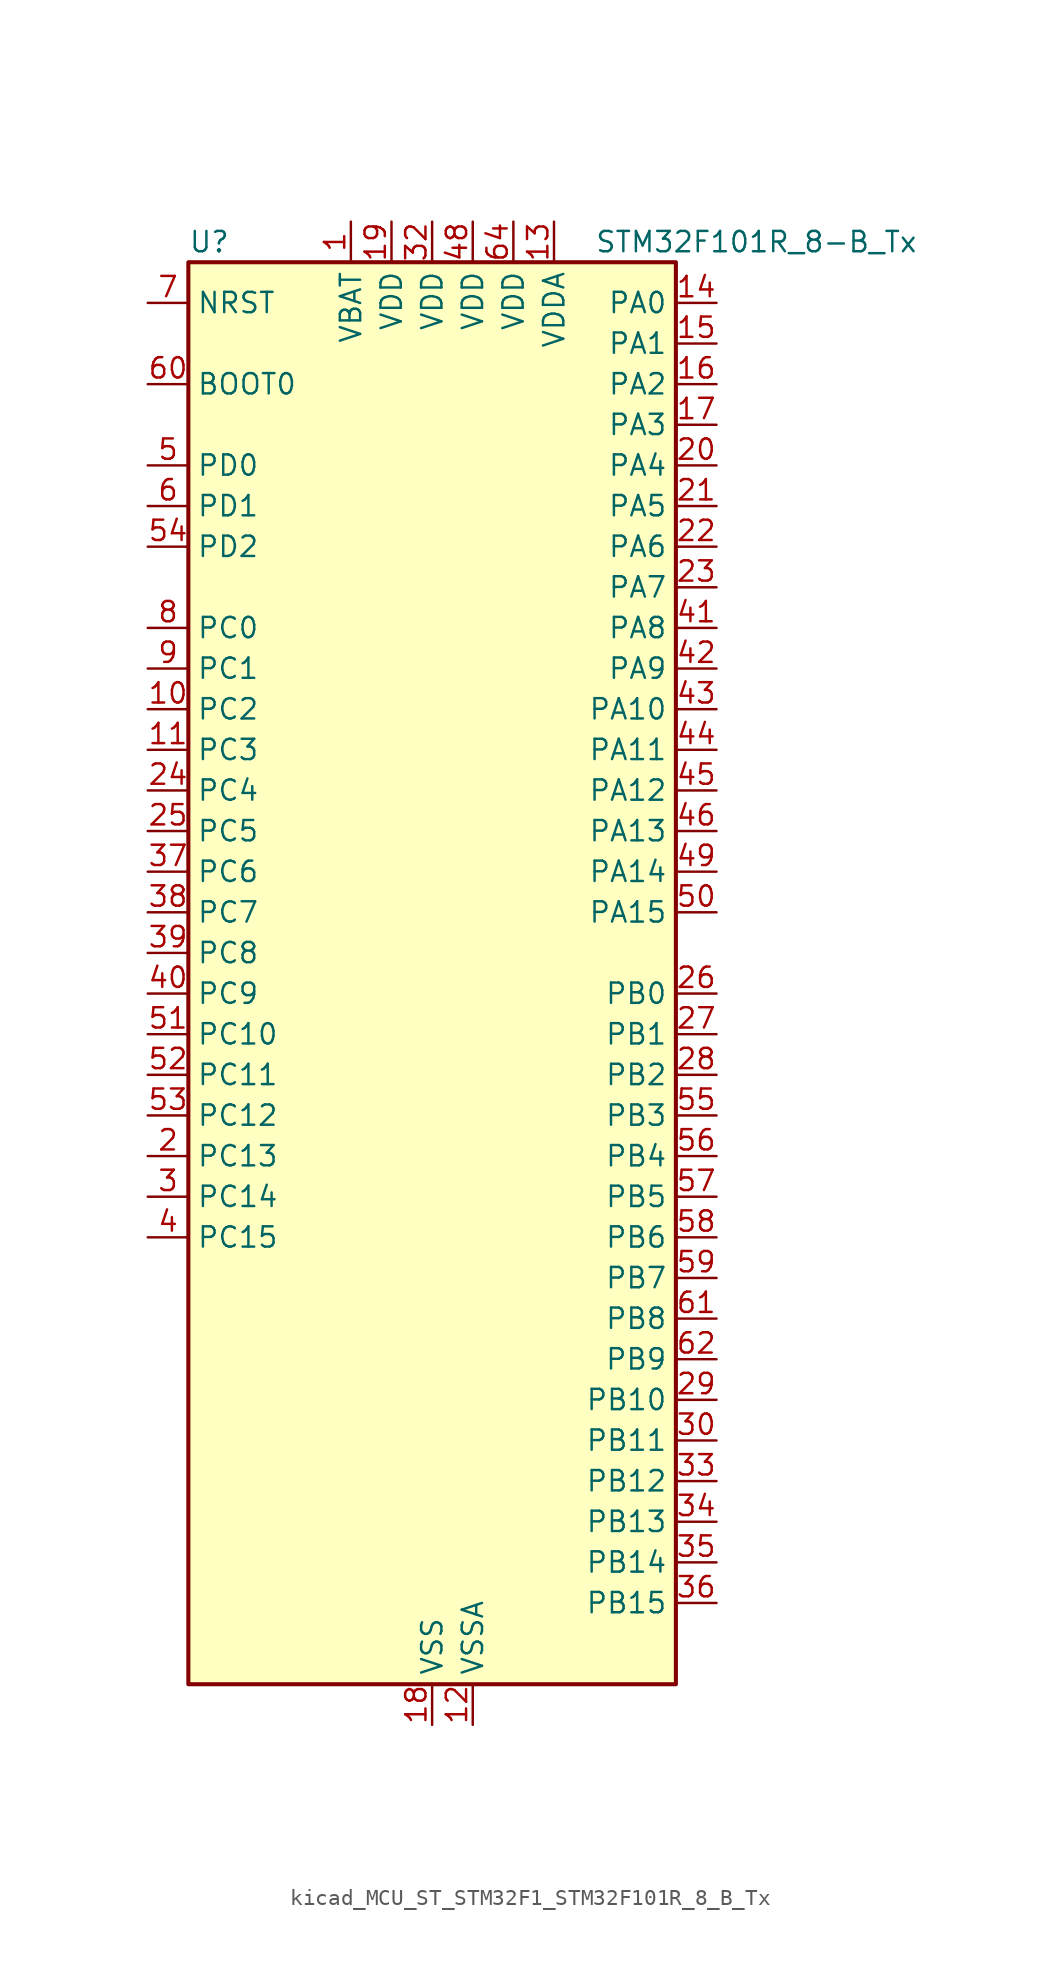
<source format=kicad_sym>
(kicad_symbol_lib
  (version 20220914)
  (generator kicad_symbol_editor)
  (symbol "kicad_MCU_ST_STM32F1_STM32F101R_8_B_Tx"
    (property "Reference" "U"
      (at -15.24 46.99 0)
      (effects (font (size 1.27 1.27)) (justify left)))
    (property "Value" "STM32F101R_8-B_Tx"
      (at 10.16 46.99 0)
      (effects (font (size 1.27 1.27)) (justify left)))
    (property "ki_locked" ""
      (at 0 0 0)
      (effects (font (size 1.27 1.27))))
    (symbol "kicad_MCU_ST_STM32F1_STM32F101R_8_B_Tx_0_1"
      (rectangle (start -15.24 -43.18) (end 15.24 45.72) (stroke (width 0.254) (type default)) (fill (type background))))
    (symbol "kicad_MCU_ST_STM32F1_STM32F101R_8_B_Tx_1_1"
      (pin power_in line (at -5.08 48.26 270) (length 2.54) (name "VBAT" (effects (font (size 1.27 1.27)))) (number "1" (effects (font (size 1.27 1.27)))))
      (pin bidirectional line (at -17.78 17.78 0) (length 2.54) (name "PC2" (effects (font (size 1.27 1.27)))) (number "10" (effects (font (size 1.27 1.27)))) (alternate "ADC1_IN12" bidirectional line))
      (pin bidirectional line (at -17.78 15.24 0) (length 2.54) (name "PC3" (effects (font (size 1.27 1.27)))) (number "11" (effects (font (size 1.27 1.27)))) (alternate "ADC1_IN13" bidirectional line))
      (pin power_in line (at 2.54 -45.72 90) (length 2.54) (name "VSSA" (effects (font (size 1.27 1.27)))) (number "12" (effects (font (size 1.27 1.27)))))
      (pin power_in line (at 7.62 48.26 270) (length 2.54) (name "VDDA" (effects (font (size 1.27 1.27)))) (number "13" (effects (font (size 1.27 1.27)))))
      (pin bidirectional line (at 17.78 43.18 180) (length 2.54) (name "PA0" (effects (font (size 1.27 1.27)))) (number "14" (effects (font (size 1.27 1.27)))) (alternate "ADC1_IN0" bidirectional line) (alternate "SYS_WKUP" bidirectional line) (alternate "TIM2_CH1" bidirectional line) (alternate "TIM2_ETR" bidirectional line) (alternate "USART2_CTS" bidirectional line))
      (pin bidirectional line (at 17.78 40.64 180) (length 2.54) (name "PA1" (effects (font (size 1.27 1.27)))) (number "15" (effects (font (size 1.27 1.27)))) (alternate "ADC1_IN1" bidirectional line) (alternate "TIM2_CH2" bidirectional line) (alternate "USART2_RTS" bidirectional line))
      (pin bidirectional line (at 17.78 38.1 180) (length 2.54) (name "PA2" (effects (font (size 1.27 1.27)))) (number "16" (effects (font (size 1.27 1.27)))) (alternate "ADC1_IN2" bidirectional line) (alternate "TIM2_CH3" bidirectional line) (alternate "USART2_TX" bidirectional line))
      (pin bidirectional line (at 17.78 35.56 180) (length 2.54) (name "PA3" (effects (font (size 1.27 1.27)))) (number "17" (effects (font (size 1.27 1.27)))) (alternate "ADC1_IN3" bidirectional line) (alternate "TIM2_CH4" bidirectional line) (alternate "USART2_RX" bidirectional line))
      (pin power_in line (at 0 -45.72 90) (length 2.54) (name "VSS" (effects (font (size 1.27 1.27)))) (number "18" (effects (font (size 1.27 1.27)))))
      (pin power_in line (at -2.54 48.26 270) (length 2.54) (name "VDD" (effects (font (size 1.27 1.27)))) (number "19" (effects (font (size 1.27 1.27)))))
      (pin bidirectional line (at -17.78 -10.16 0) (length 2.54) (name "PC13" (effects (font (size 1.27 1.27)))) (number "2" (effects (font (size 1.27 1.27)))) (alternate "RTC_OUT" bidirectional line) (alternate "RTC_TAMPER" bidirectional line))
      (pin bidirectional line (at 17.78 33.02 180) (length 2.54) (name "PA4" (effects (font (size 1.27 1.27)))) (number "20" (effects (font (size 1.27 1.27)))) (alternate "ADC1_IN4" bidirectional line) (alternate "SPI1_NSS" bidirectional line) (alternate "USART2_CK" bidirectional line))
      (pin bidirectional line (at 17.78 30.48 180) (length 2.54) (name "PA5" (effects (font (size 1.27 1.27)))) (number "21" (effects (font (size 1.27 1.27)))) (alternate "ADC1_IN5" bidirectional line) (alternate "SPI1_SCK" bidirectional line))
      (pin bidirectional line (at 17.78 27.94 180) (length 2.54) (name "PA6" (effects (font (size 1.27 1.27)))) (number "22" (effects (font (size 1.27 1.27)))) (alternate "ADC1_IN6" bidirectional line) (alternate "SPI1_MISO" bidirectional line) (alternate "TIM3_CH1" bidirectional line))
      (pin bidirectional line (at 17.78 25.4 180) (length 2.54) (name "PA7" (effects (font (size 1.27 1.27)))) (number "23" (effects (font (size 1.27 1.27)))) (alternate "ADC1_IN7" bidirectional line) (alternate "SPI1_MOSI" bidirectional line) (alternate "TIM3_CH2" bidirectional line))
      (pin bidirectional line (at -17.78 12.7 0) (length 2.54) (name "PC4" (effects (font (size 1.27 1.27)))) (number "24" (effects (font (size 1.27 1.27)))) (alternate "ADC1_IN14" bidirectional line))
      (pin bidirectional line (at -17.78 10.16 0) (length 2.54) (name "PC5" (effects (font (size 1.27 1.27)))) (number "25" (effects (font (size 1.27 1.27)))) (alternate "ADC1_IN15" bidirectional line))
      (pin bidirectional line (at 17.78 0 180) (length 2.54) (name "PB0" (effects (font (size 1.27 1.27)))) (number "26" (effects (font (size 1.27 1.27)))) (alternate "ADC1_IN8" bidirectional line) (alternate "TIM3_CH3" bidirectional line))
      (pin bidirectional line (at 17.78 -2.54 180) (length 2.54) (name "PB1" (effects (font (size 1.27 1.27)))) (number "27" (effects (font (size 1.27 1.27)))) (alternate "ADC1_IN9" bidirectional line) (alternate "TIM3_CH4" bidirectional line))
      (pin bidirectional line (at 17.78 -5.08 180) (length 2.54) (name "PB2" (effects (font (size 1.27 1.27)))) (number "28" (effects (font (size 1.27 1.27)))))
      (pin bidirectional line (at 17.78 -25.4 180) (length 2.54) (name "PB10" (effects (font (size 1.27 1.27)))) (number "29" (effects (font (size 1.27 1.27)))) (alternate "I2C2_SCL" bidirectional line) (alternate "TIM2_CH3" bidirectional line) (alternate "USART3_TX" bidirectional line))
      (pin bidirectional line (at -17.78 -12.7 0) (length 2.54) (name "PC14" (effects (font (size 1.27 1.27)))) (number "3" (effects (font (size 1.27 1.27)))) (alternate "RCC_OSC32_IN" bidirectional line))
      (pin bidirectional line (at 17.78 -27.94 180) (length 2.54) (name "PB11" (effects (font (size 1.27 1.27)))) (number "30" (effects (font (size 1.27 1.27)))) (alternate "ADC1_EXTI11" bidirectional line) (alternate "I2C2_SDA" bidirectional line) (alternate "TIM2_CH4" bidirectional line) (alternate "USART3_RX" bidirectional line))
      (pin passive line (at 0 -45.72 90) (length 2.54) hide (name "VSS" (effects (font (size 1.27 1.27)))) (number "31" (effects (font (size 1.27 1.27)))))
      (pin power_in line (at 0 48.26 270) (length 2.54) (name "VDD" (effects (font (size 1.27 1.27)))) (number "32" (effects (font (size 1.27 1.27)))))
      (pin bidirectional line (at 17.78 -30.48 180) (length 2.54) (name "PB12" (effects (font (size 1.27 1.27)))) (number "33" (effects (font (size 1.27 1.27)))) (alternate "I2C2_SMBA" bidirectional line) (alternate "SPI2_NSS" bidirectional line) (alternate "USART3_CK" bidirectional line))
      (pin bidirectional line (at 17.78 -33.02 180) (length 2.54) (name "PB13" (effects (font (size 1.27 1.27)))) (number "34" (effects (font (size 1.27 1.27)))) (alternate "SPI2_SCK" bidirectional line) (alternate "USART3_CTS" bidirectional line))
      (pin bidirectional line (at 17.78 -35.56 180) (length 2.54) (name "PB14" (effects (font (size 1.27 1.27)))) (number "35" (effects (font (size 1.27 1.27)))) (alternate "SPI2_MISO" bidirectional line) (alternate "USART3_RTS" bidirectional line))
      (pin bidirectional line (at 17.78 -38.1 180) (length 2.54) (name "PB15" (effects (font (size 1.27 1.27)))) (number "36" (effects (font (size 1.27 1.27)))) (alternate "ADC1_EXTI15" bidirectional line) (alternate "SPI2_MOSI" bidirectional line))
      (pin bidirectional line (at -17.78 7.62 0) (length 2.54) (name "PC6" (effects (font (size 1.27 1.27)))) (number "37" (effects (font (size 1.27 1.27)))) (alternate "TIM3_CH1" bidirectional line))
      (pin bidirectional line (at -17.78 5.08 0) (length 2.54) (name "PC7" (effects (font (size 1.27 1.27)))) (number "38" (effects (font (size 1.27 1.27)))) (alternate "TIM3_CH2" bidirectional line))
      (pin bidirectional line (at -17.78 2.54 0) (length 2.54) (name "PC8" (effects (font (size 1.27 1.27)))) (number "39" (effects (font (size 1.27 1.27)))) (alternate "TIM3_CH3" bidirectional line))
      (pin bidirectional line (at -17.78 -15.24 0) (length 2.54) (name "PC15" (effects (font (size 1.27 1.27)))) (number "4" (effects (font (size 1.27 1.27)))) (alternate "ADC1_EXTI15" bidirectional line) (alternate "RCC_OSC32_OUT" bidirectional line))
      (pin bidirectional line (at -17.78 0 0) (length 2.54) (name "PC9" (effects (font (size 1.27 1.27)))) (number "40" (effects (font (size 1.27 1.27)))) (alternate "TIM3_CH4" bidirectional line))
      (pin bidirectional line (at 17.78 22.86 180) (length 2.54) (name "PA8" (effects (font (size 1.27 1.27)))) (number "41" (effects (font (size 1.27 1.27)))) (alternate "RCC_MCO" bidirectional line) (alternate "USART1_CK" bidirectional line))
      (pin bidirectional line (at 17.78 20.32 180) (length 2.54) (name "PA9" (effects (font (size 1.27 1.27)))) (number "42" (effects (font (size 1.27 1.27)))) (alternate "USART1_TX" bidirectional line))
      (pin bidirectional line (at 17.78 17.78 180) (length 2.54) (name "PA10" (effects (font (size 1.27 1.27)))) (number "43" (effects (font (size 1.27 1.27)))) (alternate "USART1_RX" bidirectional line))
      (pin bidirectional line (at 17.78 15.24 180) (length 2.54) (name "PA11" (effects (font (size 1.27 1.27)))) (number "44" (effects (font (size 1.27 1.27)))) (alternate "ADC1_EXTI11" bidirectional line) (alternate "USART1_CTS" bidirectional line))
      (pin bidirectional line (at 17.78 12.7 180) (length 2.54) (name "PA12" (effects (font (size 1.27 1.27)))) (number "45" (effects (font (size 1.27 1.27)))) (alternate "USART1_RTS" bidirectional line))
      (pin bidirectional line (at 17.78 10.16 180) (length 2.54) (name "PA13" (effects (font (size 1.27 1.27)))) (number "46" (effects (font (size 1.27 1.27)))) (alternate "SYS_JTMS-SWDIO" bidirectional line))
      (pin passive line (at 0 -45.72 90) (length 2.54) hide (name "VSS" (effects (font (size 1.27 1.27)))) (number "47" (effects (font (size 1.27 1.27)))))
      (pin power_in line (at 2.54 48.26 270) (length 2.54) (name "VDD" (effects (font (size 1.27 1.27)))) (number "48" (effects (font (size 1.27 1.27)))))
      (pin bidirectional line (at 17.78 7.62 180) (length 2.54) (name "PA14" (effects (font (size 1.27 1.27)))) (number "49" (effects (font (size 1.27 1.27)))) (alternate "SYS_JTCK-SWCLK" bidirectional line))
      (pin bidirectional line (at -17.78 33.02 0) (length 2.54) (name "PD0" (effects (font (size 1.27 1.27)))) (number "5" (effects (font (size 1.27 1.27)))) (alternate "RCC_OSC_IN" bidirectional line))
      (pin bidirectional line (at 17.78 5.08 180) (length 2.54) (name "PA15" (effects (font (size 1.27 1.27)))) (number "50" (effects (font (size 1.27 1.27)))) (alternate "ADC1_EXTI15" bidirectional line) (alternate "SPI1_NSS" bidirectional line) (alternate "SYS_JTDI" bidirectional line) (alternate "TIM2_CH1" bidirectional line) (alternate "TIM2_ETR" bidirectional line))
      (pin bidirectional line (at -17.78 -2.54 0) (length 2.54) (name "PC10" (effects (font (size 1.27 1.27)))) (number "51" (effects (font (size 1.27 1.27)))) (alternate "USART3_TX" bidirectional line))
      (pin bidirectional line (at -17.78 -5.08 0) (length 2.54) (name "PC11" (effects (font (size 1.27 1.27)))) (number "52" (effects (font (size 1.27 1.27)))) (alternate "ADC1_EXTI11" bidirectional line) (alternate "USART3_RX" bidirectional line))
      (pin bidirectional line (at -17.78 -7.62 0) (length 2.54) (name "PC12" (effects (font (size 1.27 1.27)))) (number "53" (effects (font (size 1.27 1.27)))) (alternate "USART3_CK" bidirectional line))
      (pin bidirectional line (at -17.78 27.94 0) (length 2.54) (name "PD2" (effects (font (size 1.27 1.27)))) (number "54" (effects (font (size 1.27 1.27)))) (alternate "TIM3_ETR" bidirectional line))
      (pin bidirectional line (at 17.78 -7.62 180) (length 2.54) (name "PB3" (effects (font (size 1.27 1.27)))) (number "55" (effects (font (size 1.27 1.27)))) (alternate "SPI1_SCK" bidirectional line) (alternate "SYS_JTDO-TRACESWO" bidirectional line) (alternate "TIM2_CH2" bidirectional line))
      (pin bidirectional line (at 17.78 -10.16 180) (length 2.54) (name "PB4" (effects (font (size 1.27 1.27)))) (number "56" (effects (font (size 1.27 1.27)))) (alternate "SPI1_MISO" bidirectional line) (alternate "SYS_NJTRST" bidirectional line) (alternate "TIM3_CH1" bidirectional line))
      (pin bidirectional line (at 17.78 -12.7 180) (length 2.54) (name "PB5" (effects (font (size 1.27 1.27)))) (number "57" (effects (font (size 1.27 1.27)))) (alternate "I2C1_SMBA" bidirectional line) (alternate "SPI1_MOSI" bidirectional line) (alternate "TIM3_CH2" bidirectional line))
      (pin bidirectional line (at 17.78 -15.24 180) (length 2.54) (name "PB6" (effects (font (size 1.27 1.27)))) (number "58" (effects (font (size 1.27 1.27)))) (alternate "I2C1_SCL" bidirectional line) (alternate "TIM4_CH1" bidirectional line) (alternate "USART1_TX" bidirectional line))
      (pin bidirectional line (at 17.78 -17.78 180) (length 2.54) (name "PB7" (effects (font (size 1.27 1.27)))) (number "59" (effects (font (size 1.27 1.27)))) (alternate "I2C1_SDA" bidirectional line) (alternate "TIM4_CH2" bidirectional line) (alternate "USART1_RX" bidirectional line))
      (pin bidirectional line (at -17.78 30.48 0) (length 2.54) (name "PD1" (effects (font (size 1.27 1.27)))) (number "6" (effects (font (size 1.27 1.27)))) (alternate "RCC_OSC_OUT" bidirectional line))
      (pin input line (at -17.78 38.1 0) (length 2.54) (name "BOOT0" (effects (font (size 1.27 1.27)))) (number "60" (effects (font (size 1.27 1.27)))))
      (pin bidirectional line (at 17.78 -20.32 180) (length 2.54) (name "PB8" (effects (font (size 1.27 1.27)))) (number "61" (effects (font (size 1.27 1.27)))) (alternate "I2C1_SCL" bidirectional line) (alternate "TIM4_CH3" bidirectional line))
      (pin bidirectional line (at 17.78 -22.86 180) (length 2.54) (name "PB9" (effects (font (size 1.27 1.27)))) (number "62" (effects (font (size 1.27 1.27)))) (alternate "I2C1_SDA" bidirectional line) (alternate "TIM4_CH4" bidirectional line))
      (pin passive line (at 0 -45.72 90) (length 2.54) hide (name "VSS" (effects (font (size 1.27 1.27)))) (number "63" (effects (font (size 1.27 1.27)))))
      (pin power_in line (at 5.08 48.26 270) (length 2.54) (name "VDD" (effects (font (size 1.27 1.27)))) (number "64" (effects (font (size 1.27 1.27)))))
      (pin input line (at -17.78 43.18 0) (length 2.54) (name "NRST" (effects (font (size 1.27 1.27)))) (number "7" (effects (font (size 1.27 1.27)))))
      (pin bidirectional line (at -17.78 22.86 0) (length 2.54) (name "PC0" (effects (font (size 1.27 1.27)))) (number "8" (effects (font (size 1.27 1.27)))) (alternate "ADC1_IN10" bidirectional line))
      (pin bidirectional line (at -17.78 20.32 0) (length 2.54) (name "PC1" (effects (font (size 1.27 1.27)))) (number "9" (effects (font (size 1.27 1.27)))) (alternate "ADC1_IN11" bidirectional line)))))
</source>
